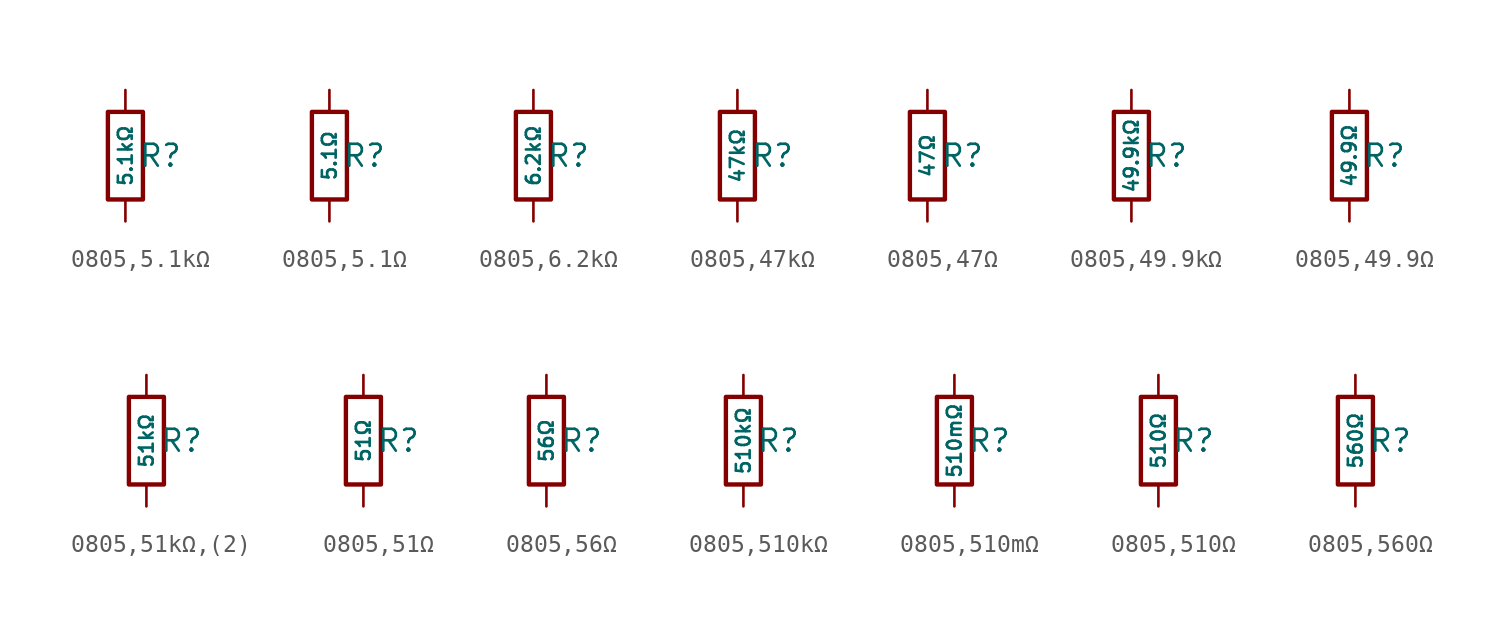
<source format=kicad_sym>
(kicad_symbol_lib
  (version 20231120)
  (generator "CDFER")
  (generator_version "8.0")
  (symbol "0805,5.1kΩ"
    (pin_numbers hide)
    (pin_names
      (offset 0))
    (property "Reference" "R"
      (at 2.032 0 0)
      (effects (font (size 1.27 1.27)) (hide no)))
    (property "Value" "5.1kΩ"
      (at 0 0 90)
      (do_not_autoplace)
      (effects (font (size 0.8 0.8)) (hide no)))
    (symbol "0805,5.1kΩ_0_1"
      (rectangle (start -1.016 2.54) (end 1.016 -2.54) (stroke (width 0.254) (type default)) (fill (type none))))
    (symbol "0805,5.1kΩ_1_1"
      (pin passive line (at 0 3.81 270) (length 1.27) (name "~" (effects (font (size 1.27 1.27)))) (number "1" (effects (font (size 1.27 1.27)))))
      (pin passive line (at 0 -3.81 90) (length 1.27) (name "~" (effects (font (size 1.27 1.27)))) (number "2" (effects (font (size 1.27 1.27)))))))
  (symbol "0805,5.1Ω"
    (pin_numbers hide)
    (pin_names
      (offset 0))
    (property "Reference" "R"
      (at 2.032 0 0)
      (effects (font (size 1.27 1.27)) (hide no)))
    (property "Value" "5.1Ω"
      (at 0 0 90)
      (do_not_autoplace)
      (effects (font (size 0.8 0.8)) (hide no)))
    (symbol "0805,5.1Ω_0_1"
      (rectangle (start -1.016 2.54) (end 1.016 -2.54) (stroke (width 0.254) (type default)) (fill (type none))))
    (symbol "0805,5.1Ω_1_1"
      (pin passive line (at 0 3.81 270) (length 1.27) (name "~" (effects (font (size 1.27 1.27)))) (number "1" (effects (font (size 1.27 1.27)))))
      (pin passive line (at 0 -3.81 90) (length 1.27) (name "~" (effects (font (size 1.27 1.27)))) (number "2" (effects (font (size 1.27 1.27)))))))
  (symbol "0805,6.2kΩ"
    (pin_numbers hide)
    (pin_names
      (offset 0))
    (property "Reference" "R"
      (at 2.032 0 0)
      (effects (font (size 1.27 1.27)) (hide no)))
    (property "Value" "6.2kΩ"
      (at 0 0 90)
      (do_not_autoplace)
      (effects (font (size 0.8 0.8)) (hide no)))
    (symbol "0805,6.2kΩ_0_1"
      (rectangle (start -1.016 2.54) (end 1.016 -2.54) (stroke (width 0.254) (type default)) (fill (type none))))
    (symbol "0805,6.2kΩ_1_1"
      (pin passive line (at 0 3.81 270) (length 1.27) (name "~" (effects (font (size 1.27 1.27)))) (number "1" (effects (font (size 1.27 1.27)))))
      (pin passive line (at 0 -3.81 90) (length 1.27) (name "~" (effects (font (size 1.27 1.27)))) (number "2" (effects (font (size 1.27 1.27)))))))
  (symbol "0805,47kΩ"
    (pin_numbers hide)
    (pin_names
      (offset 0))
    (property "Reference" "R"
      (at 2.032 0 0)
      (effects (font (size 1.27 1.27)) (hide no)))
    (property "Value" "47kΩ"
      (at 0 0 90)
      (do_not_autoplace)
      (effects (font (size 0.8 0.8)) (hide no)))
    (symbol "0805,47kΩ_0_1"
      (rectangle (start -1.016 2.54) (end 1.016 -2.54) (stroke (width 0.254) (type default)) (fill (type none))))
    (symbol "0805,47kΩ_1_1"
      (pin passive line (at 0 3.81 270) (length 1.27) (name "~" (effects (font (size 1.27 1.27)))) (number "1" (effects (font (size 1.27 1.27)))))
      (pin passive line (at 0 -3.81 90) (length 1.27) (name "~" (effects (font (size 1.27 1.27)))) (number "2" (effects (font (size 1.27 1.27)))))))
  (symbol "0805,47Ω"
    (pin_numbers hide)
    (pin_names
      (offset 0))
    (property "Reference" "R"
      (at 2.032 0 0)
      (effects (font (size 1.27 1.27)) (hide no)))
    (property "Value" "47Ω"
      (at 0 0 90)
      (do_not_autoplace)
      (effects (font (size 0.8 0.8)) (hide no)))
    (symbol "0805,47Ω_0_1"
      (rectangle (start -1.016 2.54) (end 1.016 -2.54) (stroke (width 0.254) (type default)) (fill (type none))))
    (symbol "0805,47Ω_1_1"
      (pin passive line (at 0 3.81 270) (length 1.27) (name "~" (effects (font (size 1.27 1.27)))) (number "1" (effects (font (size 1.27 1.27)))))
      (pin passive line (at 0 -3.81 90) (length 1.27) (name "~" (effects (font (size 1.27 1.27)))) (number "2" (effects (font (size 1.27 1.27)))))))
  (symbol "0805,49.9kΩ"
    (pin_numbers hide)
    (pin_names
      (offset 0))
    (property "Reference" "R"
      (at 2.032 0 0)
      (effects (font (size 1.27 1.27)) (hide no)))
    (property "Value" "49.9kΩ"
      (at 0 0 90)
      (do_not_autoplace)
      (effects (font (size 0.8 0.8)) (hide no)))
    (symbol "0805,49.9kΩ_0_1"
      (rectangle (start -1.016 2.54) (end 1.016 -2.54) (stroke (width 0.254) (type default)) (fill (type none))))
    (symbol "0805,49.9kΩ_1_1"
      (pin passive line (at 0 3.81 270) (length 1.27) (name "~" (effects (font (size 1.27 1.27)))) (number "1" (effects (font (size 1.27 1.27)))))
      (pin passive line (at 0 -3.81 90) (length 1.27) (name "~" (effects (font (size 1.27 1.27)))) (number "2" (effects (font (size 1.27 1.27)))))))
  (symbol "0805,49.9Ω"
    (pin_numbers hide)
    (pin_names
      (offset 0))
    (property "Reference" "R"
      (at 2.032 0 0)
      (effects (font (size 1.27 1.27)) (hide no)))
    (property "Value" "49.9Ω"
      (at 0 0 90)
      (do_not_autoplace)
      (effects (font (size 0.8 0.8)) (hide no)))
    (symbol "0805,49.9Ω_0_1"
      (rectangle (start -1.016 2.54) (end 1.016 -2.54) (stroke (width 0.254) (type default)) (fill (type none))))
    (symbol "0805,49.9Ω_1_1"
      (pin passive line (at 0 3.81 270) (length 1.27) (name "~" (effects (font (size 1.27 1.27)))) (number "1" (effects (font (size 1.27 1.27)))))
      (pin passive line (at 0 -3.81 90) (length 1.27) (name "~" (effects (font (size 1.27 1.27)))) (number "2" (effects (font (size 1.27 1.27)))))))
  (symbol "0805,51kΩ,(2)"
    (pin_numbers hide)
    (pin_names
      (offset 0))
    (property "Reference" "R"
      (at 2.032 0 0)
      (effects (font (size 1.27 1.27)) (hide no)))
    (property "Value" "51kΩ"
      (at 0 0 90)
      (do_not_autoplace)
      (effects (font (size 0.8 0.8)) (hide no)))
    (symbol "0805,51kΩ,(2)_0_1"
      (rectangle (start -1.016 2.54) (end 1.016 -2.54) (stroke (width 0.254) (type default)) (fill (type none))))
    (symbol "0805,51kΩ,(2)_1_1"
      (pin passive line (at 0 3.81 270) (length 1.27) (name "~" (effects (font (size 1.27 1.27)))) (number "1" (effects (font (size 1.27 1.27)))))
      (pin passive line (at 0 -3.81 90) (length 1.27) (name "~" (effects (font (size 1.27 1.27)))) (number "2" (effects (font (size 1.27 1.27)))))))
  (symbol "0805,51Ω"
    (pin_numbers hide)
    (pin_names
      (offset 0))
    (property "Reference" "R"
      (at 2.032 0 0)
      (effects (font (size 1.27 1.27)) (hide no)))
    (property "Value" "51Ω"
      (at 0 0 90)
      (do_not_autoplace)
      (effects (font (size 0.8 0.8)) (hide no)))
    (symbol "0805,51Ω_0_1"
      (rectangle (start -1.016 2.54) (end 1.016 -2.54) (stroke (width 0.254) (type default)) (fill (type none))))
    (symbol "0805,51Ω_1_1"
      (pin passive line (at 0 3.81 270) (length 1.27) (name "~" (effects (font (size 1.27 1.27)))) (number "1" (effects (font (size 1.27 1.27)))))
      (pin passive line (at 0 -3.81 90) (length 1.27) (name "~" (effects (font (size 1.27 1.27)))) (number "2" (effects (font (size 1.27 1.27)))))))
  (symbol "0805,56Ω"
    (pin_numbers hide)
    (pin_names
      (offset 0))
    (property "Reference" "R"
      (at 2.032 0 0)
      (effects (font (size 1.27 1.27)) (hide no)))
    (property "Value" "56Ω"
      (at 0 0 90)
      (do_not_autoplace)
      (effects (font (size 0.8 0.8)) (hide no)))
    (symbol "0805,56Ω_0_1"
      (rectangle (start -1.016 2.54) (end 1.016 -2.54) (stroke (width 0.254) (type default)) (fill (type none))))
    (symbol "0805,56Ω_1_1"
      (pin passive line (at 0 3.81 270) (length 1.27) (name "~" (effects (font (size 1.27 1.27)))) (number "1" (effects (font (size 1.27 1.27)))))
      (pin passive line (at 0 -3.81 90) (length 1.27) (name "~" (effects (font (size 1.27 1.27)))) (number "2" (effects (font (size 1.27 1.27)))))))
  (symbol "0805,510kΩ"
    (pin_numbers hide)
    (pin_names
      (offset 0))
    (property "Reference" "R"
      (at 2.032 0 0)
      (effects (font (size 1.27 1.27)) (hide no)))
    (property "Value" "510kΩ"
      (at 0 0 90)
      (do_not_autoplace)
      (effects (font (size 0.8 0.8)) (hide no)))
    (symbol "0805,510kΩ_0_1"
      (rectangle (start -1.016 2.54) (end 1.016 -2.54) (stroke (width 0.254) (type default)) (fill (type none))))
    (symbol "0805,510kΩ_1_1"
      (pin passive line (at 0 3.81 270) (length 1.27) (name "~" (effects (font (size 1.27 1.27)))) (number "1" (effects (font (size 1.27 1.27)))))
      (pin passive line (at 0 -3.81 90) (length 1.27) (name "~" (effects (font (size 1.27 1.27)))) (number "2" (effects (font (size 1.27 1.27)))))))
  (symbol "0805,510mΩ"
    (pin_numbers hide)
    (pin_names
      (offset 0))
    (property "Reference" "R"
      (at 2.032 0 0)
      (effects (font (size 1.27 1.27)) (hide no)))
    (property "Value" "510mΩ"
      (at 0 0 90)
      (do_not_autoplace)
      (effects (font (size 0.8 0.8)) (hide no)))
    (symbol "0805,510mΩ_0_1"
      (rectangle (start -1.016 2.54) (end 1.016 -2.54) (stroke (width 0.254) (type default)) (fill (type none))))
    (symbol "0805,510mΩ_1_1"
      (pin passive line (at 0 3.81 270) (length 1.27) (name "~" (effects (font (size 1.27 1.27)))) (number "1" (effects (font (size 1.27 1.27)))))
      (pin passive line (at 0 -3.81 90) (length 1.27) (name "~" (effects (font (size 1.27 1.27)))) (number "2" (effects (font (size 1.27 1.27)))))))
  (symbol "0805,510Ω"
    (pin_numbers hide)
    (pin_names
      (offset 0))
    (property "Reference" "R"
      (at 2.032 0 0)
      (effects (font (size 1.27 1.27)) (hide no)))
    (property "Value" "510Ω"
      (at 0 0 90)
      (do_not_autoplace)
      (effects (font (size 0.8 0.8)) (hide no)))
    (symbol "0805,510Ω_0_1"
      (rectangle (start -1.016 2.54) (end 1.016 -2.54) (stroke (width 0.254) (type default)) (fill (type none))))
    (symbol "0805,510Ω_1_1"
      (pin passive line (at 0 3.81 270) (length 1.27) (name "~" (effects (font (size 1.27 1.27)))) (number "1" (effects (font (size 1.27 1.27)))))
      (pin passive line (at 0 -3.81 90) (length 1.27) (name "~" (effects (font (size 1.27 1.27)))) (number "2" (effects (font (size 1.27 1.27)))))))
  (symbol "0805,560Ω"
    (pin_numbers hide)
    (pin_names
      (offset 0))
    (property "Reference" "R"
      (at 2.032 0 0)
      (effects (font (size 1.27 1.27)) (hide no)))
    (property "Value" "560Ω"
      (at 0 0 90)
      (do_not_autoplace)
      (effects (font (size 0.8 0.8)) (hide no)))
    (symbol "0805,560Ω_0_1"
      (rectangle (start -1.016 2.54) (end 1.016 -2.54) (stroke (width 0.254) (type default)) (fill (type none))))
    (symbol "0805,560Ω_1_1"
      (pin passive line (at 0 3.81 270) (length 1.27) (name "~" (effects (font (size 1.27 1.27)))) (number "1" (effects (font (size 1.27 1.27)))))
      (pin passive line (at 0 -3.81 90) (length 1.27) (name "~" (effects (font (size 1.27 1.27)))) (number "2" (effects (font (size 1.27 1.27))))))))
</source>
